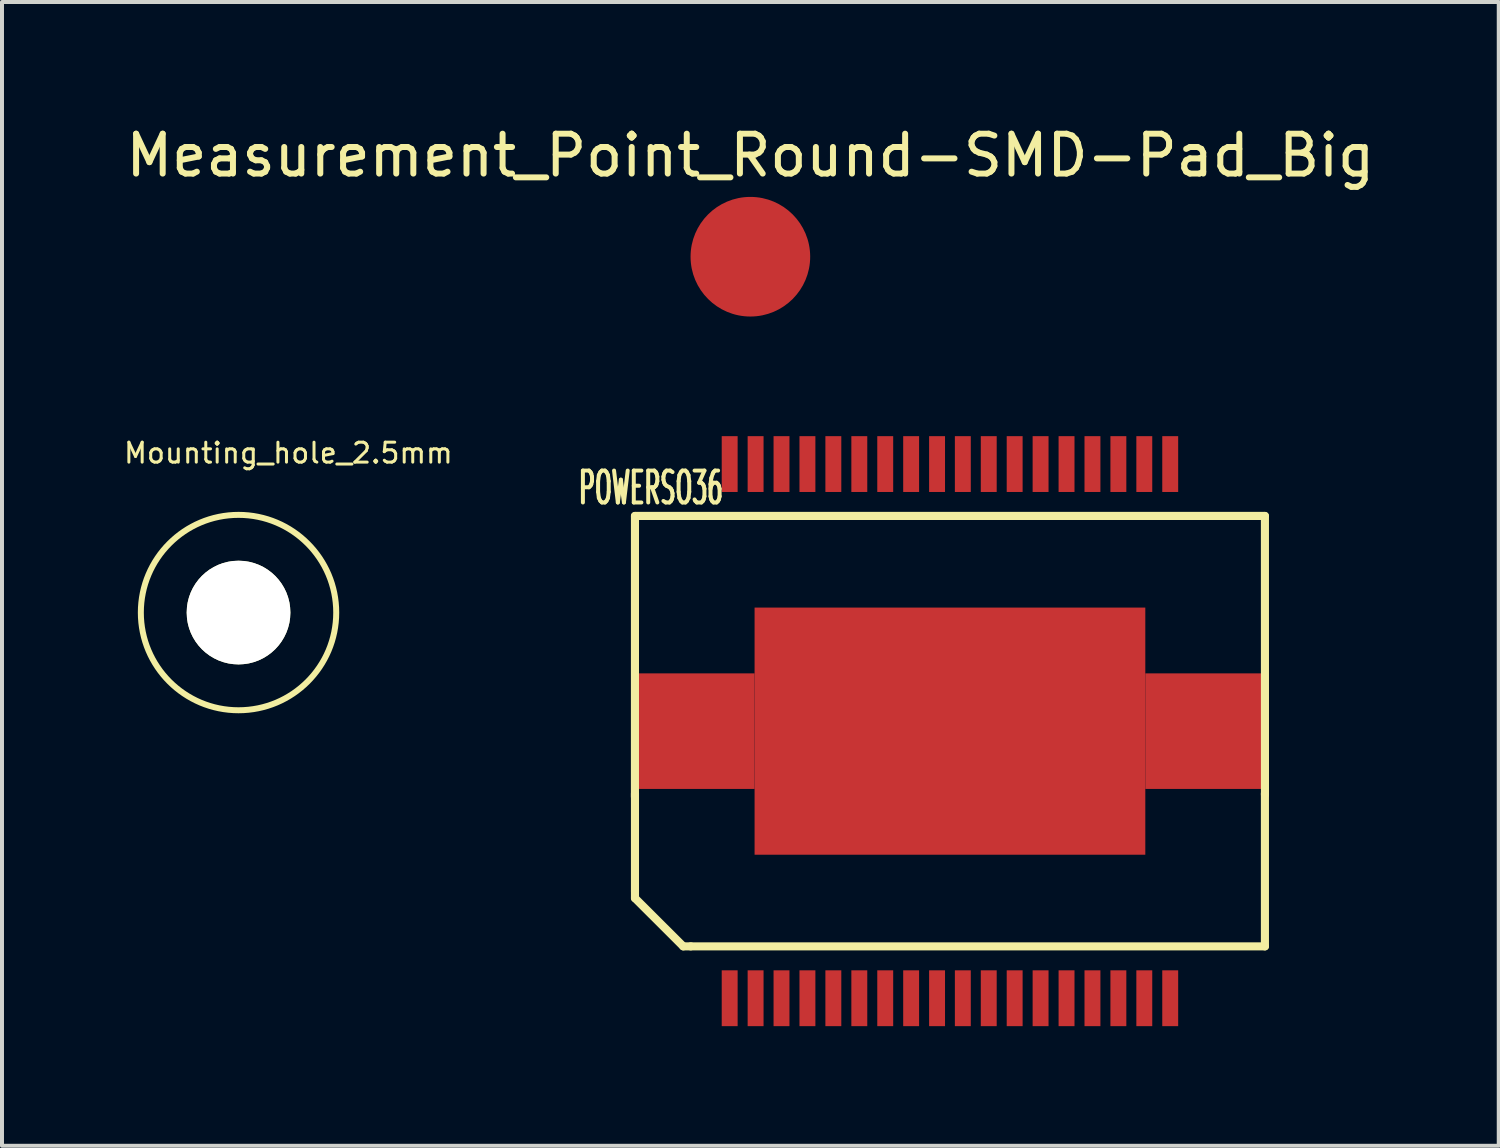
<source format=kicad_pcb>
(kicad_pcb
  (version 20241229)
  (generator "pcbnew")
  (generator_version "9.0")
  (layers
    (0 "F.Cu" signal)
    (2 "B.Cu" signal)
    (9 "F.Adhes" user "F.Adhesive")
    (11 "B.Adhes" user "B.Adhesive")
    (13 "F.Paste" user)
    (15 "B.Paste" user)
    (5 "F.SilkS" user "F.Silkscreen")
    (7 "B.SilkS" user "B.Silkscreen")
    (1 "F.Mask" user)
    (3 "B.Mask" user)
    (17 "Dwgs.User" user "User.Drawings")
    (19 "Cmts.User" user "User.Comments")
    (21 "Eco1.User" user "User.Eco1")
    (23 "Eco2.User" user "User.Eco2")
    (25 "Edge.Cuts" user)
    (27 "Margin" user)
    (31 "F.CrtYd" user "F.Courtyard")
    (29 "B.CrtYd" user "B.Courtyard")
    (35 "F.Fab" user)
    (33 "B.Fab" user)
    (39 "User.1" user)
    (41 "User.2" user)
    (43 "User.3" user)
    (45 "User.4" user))
  (footprint "POWERSO36"
    (layer "F.Cu")
    (at 20.773 15.286)
    (property "Reference" "POWERSO36" (at -7.5 -6.1 0) (unlocked yes) (layer "F.SilkS") (effects (font (size 0.8 0.4) (thickness 0.1))))
    (attr smd)
    (fp_line (start -7.9 1.65) (end -7.899 -5.397) (stroke (width 0.203) (type solid)) (layer "F.SilkS"))
    (fp_line (start -7.899 -5.397) (end 7.899 -5.397) (stroke (width 0.203) (type solid)) (layer "F.SilkS"))
    (fp_line (start -7.899 4.008) (end -7.899 1.56) (stroke (width 0.203) (type solid)) (layer "F.SilkS"))
    (fp_line (start -7.899 4.188) (end -7.899 4.008) (stroke (width 0.203) (type solid)) (layer "F.SilkS"))
    (fp_line (start -6.688 5.397) (end -7.899 4.188) (stroke (width 0.203) (type solid)) (layer "F.SilkS"))
    (fp_line (start -6.5 5.397) (end -6.688 5.397) (stroke (width 0.203) (type solid)) (layer "F.SilkS"))
    (fp_line (start 7.899 -5.397) (end 7.9 1.6) (stroke (width 0.203) (type solid)) (layer "F.SilkS"))
    (fp_line (start 7.899 1.56) (end 7.899 5.397) (stroke (width 0.203) (type solid)) (layer "F.SilkS"))
    (fp_line (start 7.899 5.397) (end -6.5 5.397) (stroke (width 0.203) (type solid)) (layer "F.SilkS"))
    (pad "1" smd rect (at -5.524 6.698) (size 0.399 1.4) (layers "F.Cu" "F.Mask" "F.Paste"))
    (pad "2" smd rect (at -4.874 6.698) (size 0.399 1.4) (layers "F.Cu" "F.Mask" "F.Paste"))
    (pad "3" smd rect (at -4.224 6.698) (size 0.399 1.4) (layers "F.Cu" "F.Mask" "F.Paste"))
    (pad "4" smd rect (at -3.574 6.698) (size 0.399 1.4) (layers "F.Cu" "F.Mask" "F.Paste"))
    (pad "5" smd rect (at -2.924 6.698) (size 0.399 1.4) (layers "F.Cu" "F.Mask" "F.Paste"))
    (pad "6" smd rect (at -2.273 6.698) (size 0.399 1.4) (layers "F.Cu" "F.Mask" "F.Paste"))
    (pad "7" smd rect (at -1.623 6.698) (size 0.399 1.4) (layers "F.Cu" "F.Mask" "F.Paste"))
    (pad "8" smd rect (at -0.973 6.698) (size 0.399 1.4) (layers "F.Cu" "F.Mask" "F.Paste"))
    (pad "9" smd rect (at -0.323 6.698) (size 0.399 1.4) (layers "F.Cu" "F.Mask" "F.Paste"))
    (pad "10" smd rect (at 0.323 6.698) (size 0.399 1.4) (layers "F.Cu" "F.Mask" "F.Paste"))
    (pad "11" smd rect (at 0.973 6.698) (size 0.399 1.4) (layers "F.Cu" "F.Mask" "F.Paste"))
    (pad "12" smd rect (at 1.623 6.698) (size 0.399 1.4) (layers "F.Cu" "F.Mask" "F.Paste"))
    (pad "13" smd rect (at 2.273 6.698) (size 0.399 1.4) (layers "F.Cu" "F.Mask" "F.Paste"))
    (pad "14" smd rect (at 2.924 6.698) (size 0.399 1.4) (layers "F.Cu" "F.Mask" "F.Paste"))
    (pad "15" smd rect (at 3.574 6.698) (size 0.399 1.4) (layers "F.Cu" "F.Mask" "F.Paste"))
    (pad "16" smd rect (at 4.224 6.698) (size 0.399 1.4) (layers "F.Cu" "F.Mask" "F.Paste"))
    (pad "17" smd rect (at 4.874 6.698) (size 0.399 1.4) (layers "F.Cu" "F.Mask" "F.Paste"))
    (pad "18" smd rect (at 5.524 6.698) (size 0.399 1.4) (layers "F.Cu" "F.Mask" "F.Paste"))
    (pad "19" smd rect (at 5.524 -6.698) (size 0.399 1.4) (layers "F.Cu" "F.Mask" "F.Paste"))
    (pad "20" smd rect (at 4.874 -6.698) (size 0.399 1.4) (layers "F.Cu" "F.Mask" "F.Paste"))
    (pad "21" smd rect (at 4.224 -6.698) (size 0.399 1.4) (layers "F.Cu" "F.Mask" "F.Paste"))
    (pad "22" smd rect (at 3.574 -6.698) (size 0.399 1.4) (layers "F.Cu" "F.Mask" "F.Paste"))
    (pad "23" smd rect (at 2.924 -6.698) (size 0.399 1.4) (layers "F.Cu" "F.Mask" "F.Paste"))
    (pad "24" smd rect (at 2.273 -6.698) (size 0.399 1.4) (layers "F.Cu" "F.Mask" "F.Paste"))
    (pad "25" smd rect (at 1.623 -6.698) (size 0.399 1.4) (layers "F.Cu" "F.Mask" "F.Paste"))
    (pad "26" smd rect (at 0.973 -6.698) (size 0.399 1.4) (layers "F.Cu" "F.Mask" "F.Paste"))
    (pad "27" smd rect (at 0.323 -6.698) (size 0.399 1.4) (layers "F.Cu" "F.Mask" "F.Paste"))
    (pad "28" smd rect (at -0.323 -6.698) (size 0.399 1.4) (layers "F.Cu" "F.Mask" "F.Paste"))
    (pad "29" smd rect (at -0.973 -6.698) (size 0.399 1.4) (layers "F.Cu" "F.Mask" "F.Paste"))
    (pad "30" smd rect (at -1.623 -6.698) (size 0.399 1.4) (layers "F.Cu" "F.Mask" "F.Paste"))
    (pad "31" smd rect (at -2.273 -6.698) (size 0.399 1.4) (layers "F.Cu" "F.Mask" "F.Paste"))
    (pad "32" smd rect (at -2.924 -6.698) (size 0.399 1.4) (layers "F.Cu" "F.Mask" "F.Paste"))
    (pad "33" smd rect (at -3.574 -6.698) (size 0.399 1.4) (layers "F.Cu" "F.Mask" "F.Paste"))
    (pad "34" smd rect (at -4.224 -6.698) (size 0.399 1.4) (layers "F.Cu" "F.Mask" "F.Paste"))
    (pad "35" smd rect (at -4.874 -6.698) (size 0.399 1.4) (layers "F.Cu" "F.Mask" "F.Paste"))
    (pad "36" smd rect (at -5.524 -6.698) (size 0.399 1.4) (layers "F.Cu" "F.Mask" "F.Paste"))
    (pad "50" smd rect (at -6.449 0) (size 3.099 2.898) (layers "F.Cu" "F.Mask" "F.Paste"))
    (pad "51" smd rect (at 0 0) (size 9.799 6.198) (layers "F.Cu" "F.Mask" "F.Paste"))
    (pad "52" smd rect (at 6.449 0) (size 3.099 2.898) (layers "F.Cu" "F.Mask" "F.Paste")))
  (footprint "Measurement_Point_Round-SMD-Pad_Big"
    (layer "F.Cu")
    (at 15.768 3.388)
    (property "Reference" "Measurement_Point_Round-SMD-Pad_Big" (at 0 -2.54 0) (layer "F.SilkS") (effects (font (size 1 1) (thickness 0.15))))
    (attr through_hole)
    (pad "1" smd circle (at 0 0) (size 3 3) (layers "F.Cu" "F.Mask" "F.Paste")))
  (footprint "Mounting_hole_2.5mm"
    (layer "F.Cu")
    (at 2.932 12.312)
    (property "Reference" "Mounting_hole_2.5mm" (at 1.25 -4 0) (layer "F.SilkS") (effects (font (size 0.5 0.5) (thickness 0.075))))
    (attr through_hole)
    (fp_circle (center 0 0) (end 2.45 0) (stroke (width 0.15) (type solid)) (fill no) (layer "F.SilkS"))
    (pad "" np_thru_hole circle (at 0 0) (size 2.6 2.6) (drill 2.6) (layers "*.Cu" "*.Mask" "F.SilkS")))
  (gr_rect
    (start -3 -3)
    (end 34.536 25.684)
    (stroke (width 0.1) (type default))
    (fill no)
    (layer "Edge.Cuts")))
</source>
